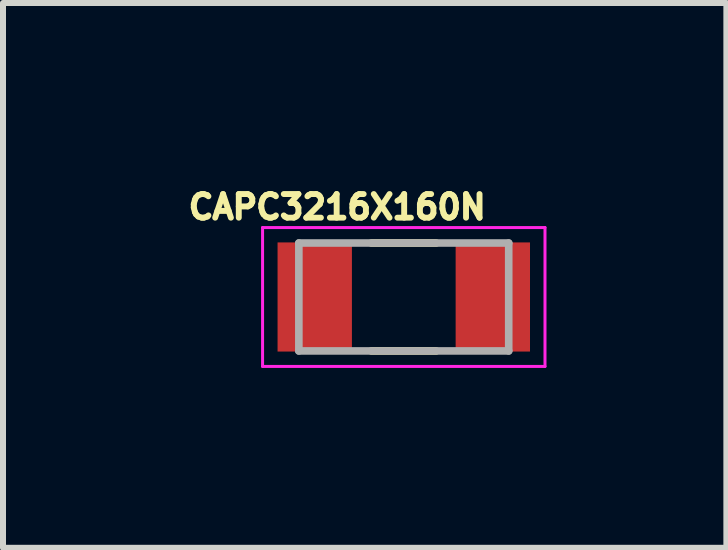
<source format=kicad_pcb>
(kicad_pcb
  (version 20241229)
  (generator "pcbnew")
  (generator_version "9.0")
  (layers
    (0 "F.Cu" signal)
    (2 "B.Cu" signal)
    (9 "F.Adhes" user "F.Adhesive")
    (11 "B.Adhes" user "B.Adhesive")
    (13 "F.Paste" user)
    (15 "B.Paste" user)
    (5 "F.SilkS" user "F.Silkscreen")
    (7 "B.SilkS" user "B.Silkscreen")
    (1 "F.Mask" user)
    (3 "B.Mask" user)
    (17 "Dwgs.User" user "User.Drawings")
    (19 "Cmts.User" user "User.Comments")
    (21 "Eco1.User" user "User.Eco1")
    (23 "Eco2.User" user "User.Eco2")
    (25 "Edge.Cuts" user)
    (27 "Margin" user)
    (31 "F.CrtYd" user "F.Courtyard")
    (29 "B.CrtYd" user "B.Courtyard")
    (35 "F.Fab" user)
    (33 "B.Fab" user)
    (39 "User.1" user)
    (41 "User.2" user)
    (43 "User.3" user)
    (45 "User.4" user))
  (footprint "CAPC3216X160N"
    (layer "F.Cu")
    (at 3.684 1.903)
    (property "Reference" "CAPC3216X160N" (at -1.11 -1.5 0) (layer "F.SilkS") (effects (font (size 0.394 0.394) (thickness 0.15))))
    (attr smd)
    (fp_line (start -0.54 -0.9) (end 0.54 -0.9) (stroke (width 0.127) (type solid)) (layer "F.SilkS"))
    (fp_line (start -0.54 0.9) (end 0.54 0.9) (stroke (width 0.127) (type solid)) (layer "F.SilkS"))
    (fp_line (start -2.355 -1.158) (end 2.355 -1.158) (stroke (width 0.05) (type solid)) (layer "F.CrtYd"))
    (fp_line (start -2.355 1.158) (end -2.355 -1.158) (stroke (width 0.05) (type solid)) (layer "F.CrtYd"))
    (fp_line (start -2.355 1.158) (end 2.355 1.158) (stroke (width 0.05) (type solid)) (layer "F.CrtYd"))
    (fp_line (start 2.355 1.158) (end 2.355 -1.158) (stroke (width 0.05) (type solid)) (layer "F.CrtYd"))
    (fp_line (start -1.75 0.9) (end -1.75 -0.9) (stroke (width 0.127) (type solid)) (layer "F.Fab"))
    (fp_line (start 1.75 -0.9) (end -1.75 -0.9) (stroke (width 0.127) (type solid)) (layer "F.Fab"))
    (fp_line (start 1.75 0.9) (end -1.75 0.9) (stroke (width 0.127) (type solid)) (layer "F.Fab"))
    (fp_line (start 1.75 0.9) (end 1.75 -0.9) (stroke (width 0.127) (type solid)) (layer "F.Fab"))
    (pad "1" smd rect (at -1.485 0) (size 1.24 1.82) (layers "F.Cu" "F.Mask" "F.Paste"))
    (pad "2" smd rect (at 1.485 0) (size 1.24 1.82) (layers "F.Cu" "F.Mask" "F.Paste")))
  (gr_rect
    (start -3 -3)
    (end 9.064 6.086)
    (stroke (width 0.1) (type default))
    (fill no)
    (layer "Edge.Cuts")))
</source>
